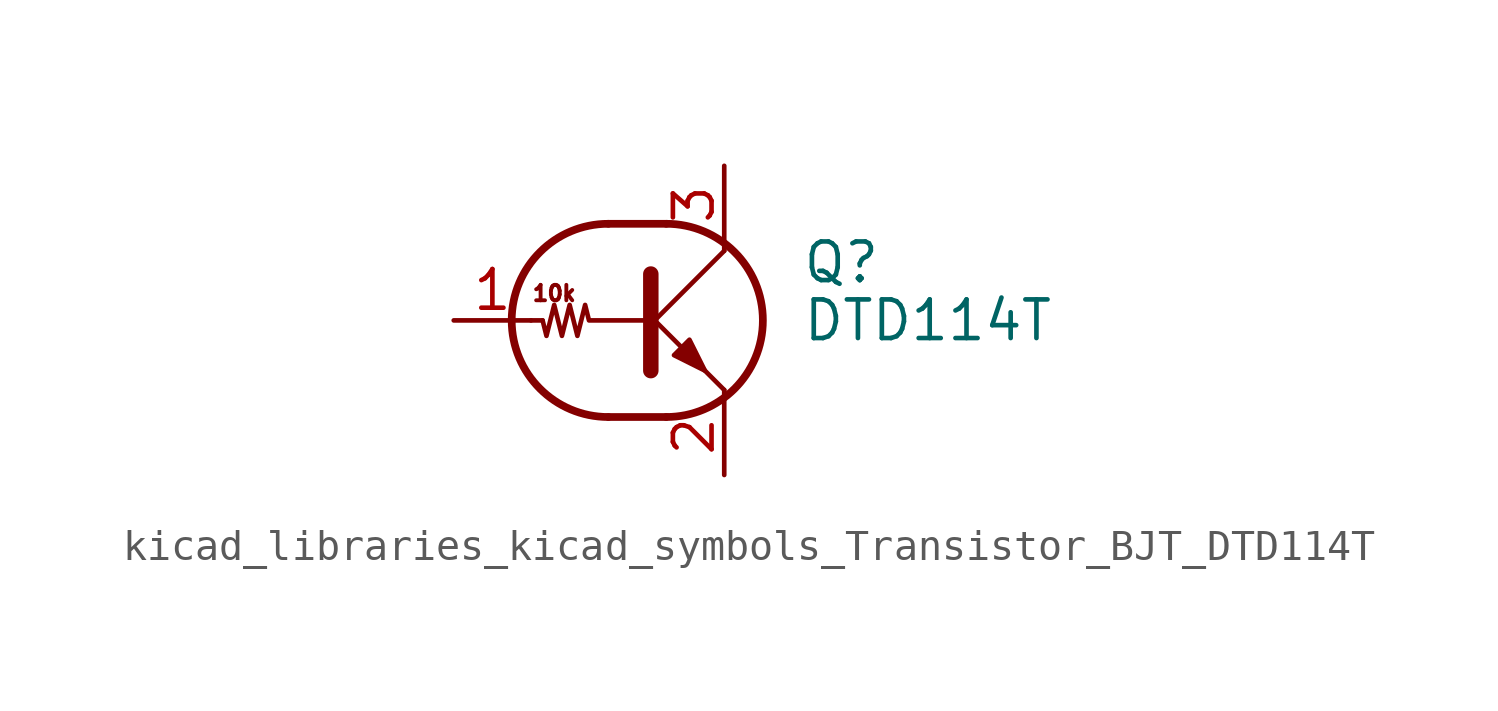
<source format=kicad_sym>
(kicad_symbol_lib
  (version 20220914)
  (generator kicad_symbol_editor)
  (symbol "kicad_libraries_kicad_symbols_Transistor_BJT_DTD114T"
    (pin_names
      (offset 0) hide)
    (property "Reference" "Q"
      (at 5.08 1.905 0)
      (effects (font (size 1.27 1.27)) (justify left)))
    (property "Value" "DTD114T"
      (at 5.08 0 0)
      (effects (font (size 1.27 1.27)) (justify left)))
    (symbol "kicad_libraries_kicad_symbols_Transistor_BJT_DTD114T_0_0"
      (polyline (pts (xy 2.54 -2.286) (xy 2.54 -2.54)) (stroke (width 0) (type default)) (fill (type none)))
      (text "10k" (at -3.048 0.889 0) (effects (font (size 0.508 0.508)))))
    (symbol "kicad_libraries_kicad_symbols_Transistor_BJT_DTD114T_0_1"
      (arc (start -1.27 3.175) (mid -4.4312 0) (end -1.27 -3.175) (stroke (width 0.254) (type default)) (fill (type none)))
      (polyline (pts (xy -3.429 0) (xy -3.81 0)) (stroke (width 0) (type default)) (fill (type none)))
      (polyline (pts (xy -1.27 -3.175) (xy 0.635 -3.175)) (stroke (width 0.254) (type default)) (fill (type none)))
      (polyline (pts (xy -1.27 3.175) (xy 0.635 3.175)) (stroke (width 0.254) (type default)) (fill (type none)))
      (polyline (pts (xy 0 -0.254) (xy 2.54 2.286)) (stroke (width 0) (type default)) (fill (type none)))
      (polyline (pts (xy 0.127 1.524) (xy 0.127 -1.651)) (stroke (width 0.508) (type default)) (fill (type outline)))
      (polyline (pts (xy 2.54 2.286) (xy 2.54 2.54)) (stroke (width 0) (type default)) (fill (type none)))
      (polyline (pts (xy 2.54 -2.286) (xy 0 0.254) (xy 0 0.254)) (stroke (width 0) (type default)) (fill (type none)))
      (polyline (pts (xy 0.889 -1.143) (xy 1.397 -0.635) (xy 1.905 -1.651) (xy 0.889 -1.143)) (stroke (width 0) (type default)) (fill (type outline)))
      (polyline (pts (xy 0 0) (xy -1.905 0) (xy -2.032 0.508) (xy -2.286 -0.508) (xy -2.54 0.508) (xy -2.794 -0.508) (xy -3.048 0.508) (xy -3.302 -0.508) (xy -3.429 0)) (stroke (width 0) (type default)) (fill (type none)))
      (arc (start 0.635 -3.175) (mid 3.7962 0) (end 0.635 3.175) (stroke (width 0.254) (type default)) (fill (type none))))
    (symbol "kicad_libraries_kicad_symbols_Transistor_BJT_DTD114T_1_1"
      (pin input line (at -6.35 0 0) (length 2.54) (name "B" (effects (font (size 1.27 1.27)))) (number "1" (effects (font (size 1.27 1.27)))))
      (pin passive line (at 2.54 -5.08 90) (length 2.54) (name "E" (effects (font (size 1.27 1.27)))) (number "2" (effects (font (size 1.27 1.27)))))
      (pin passive line (at 2.54 5.08 270) (length 2.54) (name "C" (effects (font (size 1.27 1.27)))) (number "3" (effects (font (size 1.27 1.27))))))))
</source>
